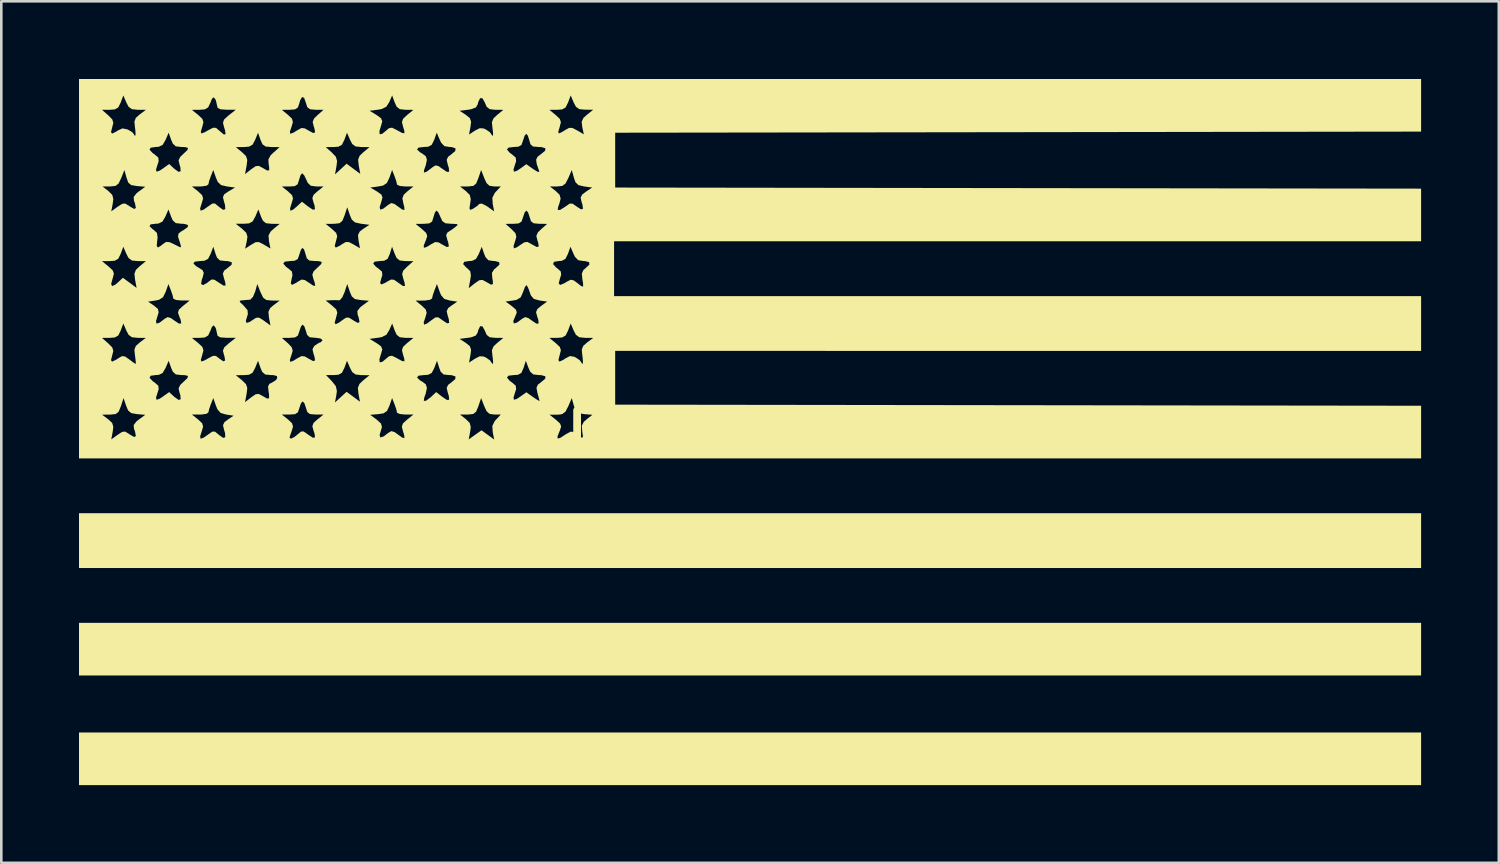
<source format=kicad_pcb>
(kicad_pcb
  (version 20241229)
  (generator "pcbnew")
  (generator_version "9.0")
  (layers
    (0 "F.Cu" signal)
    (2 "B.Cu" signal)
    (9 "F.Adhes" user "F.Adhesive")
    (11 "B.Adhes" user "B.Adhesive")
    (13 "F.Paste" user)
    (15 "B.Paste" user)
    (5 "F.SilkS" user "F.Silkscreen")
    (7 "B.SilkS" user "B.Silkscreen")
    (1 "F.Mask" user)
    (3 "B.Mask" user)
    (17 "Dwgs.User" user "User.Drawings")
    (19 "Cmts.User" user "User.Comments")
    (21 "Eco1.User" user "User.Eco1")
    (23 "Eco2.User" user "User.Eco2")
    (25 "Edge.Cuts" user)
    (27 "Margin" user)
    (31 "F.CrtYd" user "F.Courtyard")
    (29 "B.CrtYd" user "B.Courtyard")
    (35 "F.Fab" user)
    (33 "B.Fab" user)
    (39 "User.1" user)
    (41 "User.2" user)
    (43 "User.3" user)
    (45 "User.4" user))
  (footprint "EEUU_FLAG_LOGO"
    (layer "F.Cu")
    (at 25.908 13.631)
    (property "Reference" "EEUU_FLAG_LOGO" (at 0 0 0) (layer "F.SilkS") (effects (font (size 1.524 1.524) (thickness 0.3))))
    (attr board_only exclude_from_pos_files exclude_from_bom)
    (fp_poly (pts (xy 25.908 5.249) (xy -25.908 5.249) (xy -25.908 3.133) (xy 25.908 3.133)) (stroke (width 0) (type solid)) (fill yes) (layer "F.SilkS"))
    (fp_poly (pts (xy 25.908 9.398) (xy -25.908 9.398) (xy -25.908 7.366) (xy 25.908 7.366)) (stroke (width 0) (type solid)) (fill yes) (layer "F.SilkS"))
    (fp_poly (pts (xy 25.908 13.631) (xy -25.908 13.631) (xy -25.908 11.599) (xy 25.908 11.599)) (stroke (width 0) (type solid)) (fill yes) (layer "F.SilkS"))
    (fp_poly (pts (xy 25.908 -11.6) (xy 10.351 -11.578) (xy -5.207 -11.557) (xy -5.207 -9.44) (xy 25.908 -9.398) (xy 25.908 -7.366) (xy -5.249 -7.366) (xy -5.249 -5.249) (xy 25.908 -5.249) (xy 25.908 -3.132) (xy -5.207 -3.134) (xy -5.207 -1.058) (xy 10.351 -1.037) (xy 25.908 -1.016) (xy 25.908 0.000226) (xy 25.908 1.016) (xy -25.908 1.016) (xy -25.908 -0.672) (xy -25.019 -0.672) (xy -24.784 -0.497) (xy -24.628 -0.353) (xy -24.583 -0.2) (xy -24.606 -0.019) (xy -24.662 0.283) (xy -24.416 0.107) (xy -24.245 -0.005) (xy -24.131 -0.02) (xy -23.991 0.061) (xy -23.938 0.1) (xy -23.775 0.192) (xy -23.712 0.154) (xy -23.745 -0.019) (xy -23.785 -0.127) (xy -23.797 -0.271) (xy -23.69 -0.41) (xy -23.601 -0.481) (xy -23.35 -0.666) (xy -23.475 -0.676) (xy -21.548 -0.676) (xy -21.309 -0.486) (xy -21.154 -0.341) (xy -21.117 -0.213) (xy -21.161 -0.057) (xy -21.232 0.169) (xy -21.213 0.258) (xy -21.094 0.216) (xy -20.913 0.088) (xy -20.759 -0.018) (xy -20.655 -0.016) (xy -20.518 0.097) (xy -20.511 0.104) (xy -20.344 0.225) (xy -20.261 0.201) (xy -20.269 0.039) (xy -20.304 -0.075) (xy -20.349 -0.263) (xy -20.291 -0.384) (xy -20.165 -0.48) (xy -19.939 -0.632) (xy -20.228 -0.676) (xy -20.23 -0.676) (xy -18.076 -0.676) (xy -17.838 -0.486) (xy -17.683 -0.341) (xy -17.646 -0.213) (xy -17.69 -0.057) (xy -17.754 0.123) (xy -17.78 0.217) (xy -17.726 0.255) (xy -17.592 0.191) (xy -17.464 0.088) (xy -17.336 -0.019) (xy -17.238 -0.024) (xy -17.094 0.074) (xy -17.063 0.098) (xy -16.878 0.219) (xy -16.797 0.207) (xy -16.814 0.058) (xy -16.852 -0.051) (xy -16.899 -0.227) (xy -16.852 -0.353) (xy -16.706 -0.486) (xy -16.481 -0.666) (xy -14.665 -0.666) (xy -14.415 -0.481) (xy -14.248 -0.328) (xy -14.212 -0.192) (xy -14.231 -0.127) (xy -14.302 0.11) (xy -14.275 0.208) (xy -14.15 0.17) (xy -13.962 0.028) (xy -13.846 -0.037) (xy -13.721 0.003) (xy -13.61 0.083) (xy -13.422 0.218) (xy -13.342 0.23) (xy -13.354 0.112) (xy -13.395 -0.014) (xy -13.444 -0.203) (xy -13.403 -0.331) (xy -13.248 -0.475) (xy -13.242 -0.48) (xy -12.996 -0.676) (xy -13.314 -0.677) (xy -13.318 -0.677) (xy -11.199 -0.677) (xy -10.973 -0.5) (xy -10.823 -0.353) (xy -10.783 -0.193) (xy -10.805 -0.02) (xy -10.862 0.283) (xy -10.615 0.107) (xy -10.368 -0.069) (xy -9.878 0.289) (xy -9.935 0.002) (xy -9.95 -0.238) (xy -9.857 -0.424) (xy -9.807 -0.48) (xy -9.623 -0.676) (xy -7.747 -0.676) (xy -7.496 -0.476) (xy -7.336 -0.331) (xy -7.293 -0.214) (xy -7.343 -0.058) (xy -7.348 -0.049) (xy -7.434 0.168) (xy -7.425 0.254) (xy -7.312 0.217) (xy -7.11 0.083) (xy -6.924 -0.017) (xy -6.819 -0.005) (xy -6.817 -0.002) (xy -6.704 0.105) (xy -6.594 0.174) (xy -6.484 0.22) (xy -6.451 0.17) (xy -6.477 -0.01) (xy -6.479 -0.025) (xy -6.496 -0.245) (xy -6.417 -0.396) (xy -6.31 -0.491) (xy -6.087 -0.667) (xy -6.404 -0.693) (xy -6.621 -0.73) (xy -6.735 -0.829) (xy -6.802 -1.016) (xy -6.883 -1.312) (xy -7.019 -0.995) (xy -7.126 -0.788) (xy -7.25 -0.698) (xy -7.451 -0.677) (xy -7.747 -0.676) (xy -9.623 -0.676) (xy -9.622 -0.677) (xy -9.88 -0.677) (xy -10.06 -0.703) (xy -10.174 -0.809) (xy -10.26 -0.995) (xy -10.383 -1.312) (xy -10.49 -0.995) (xy -10.576 -0.787) (xy -10.687 -0.698) (xy -10.883 -0.677) (xy -10.898 -0.677) (xy -11.199 -0.677) (xy -13.318 -0.677) (xy -13.518 -0.696) (xy -13.626 -0.742) (xy -13.631 -0.756) (xy -13.66 -0.886) (xy -13.726 -1.074) (xy -13.82 -1.312) (xy -13.923 -1.016) (xy -14.016 -0.815) (xy -14.151 -0.723) (xy -14.346 -0.693) (xy -14.665 -0.666) (xy -16.481 -0.666) (xy -16.468 -0.676) (xy -16.778 -0.677) (xy -16.99 -0.694) (xy -17.094 -0.773) (xy -17.145 -0.931) (xy -17.204 -1.109) (xy -17.271 -1.185) (xy -17.272 -1.185) (xy -17.338 -1.112) (xy -17.398 -0.936) (xy -17.399 -0.931) (xy -17.457 -0.761) (xy -17.569 -0.69) (xy -17.766 -0.677) (xy -18.076 -0.676) (xy -20.23 -0.676) (xy -20.441 -0.739) (xy -20.565 -0.881) (xy -20.62 -1.016) (xy -20.724 -1.312) (xy -20.818 -1.074) (xy -20.886 -0.879) (xy -20.913 -0.756) (xy -20.987 -0.705) (xy -21.173 -0.678) (xy -21.23 -0.677) (xy -21.548 -0.676) (xy -23.475 -0.676) (xy -23.67 -0.693) (xy -23.891 -0.732) (xy -24.013 -0.836) (xy -24.088 -1.016) (xy -24.188 -1.312) (xy -24.292 -0.995) (xy -24.377 -0.787) (xy -24.488 -0.697) (xy -24.687 -0.675) (xy -24.708 -0.675) (xy -25.019 -0.672) (xy -25.908 -0.672) (xy -25.908 -2.095) (xy -23.184 -2.095) (xy -23.064 -1.966) (xy -22.989 -1.914) (xy -22.846 -1.791) (xy -22.832 -1.654) (xy -22.862 -1.56) (xy -22.934 -1.334) (xy -22.914 -1.245) (xy -22.796 -1.285) (xy -22.685 -1.359) (xy -22.426 -1.543) (xy -22.234 -1.364) (xy -22.065 -1.242) (xy -21.982 -1.265) (xy -21.995 -1.425) (xy -22.024 -1.511) (xy -22.064 -1.684) (xy -21.999 -1.82) (xy -21.892 -1.922) (xy -21.723 -2.081) (xy -21.699 -2.166) (xy -21.813 -2.195) (xy -19.854 -2.195) (xy -19.615 -2) (xy -19.46 -1.849) (xy -19.411 -1.699) (xy -19.437 -1.479) (xy -19.498 -1.154) (xy -19.261 -1.34) (xy -19.09 -1.458) (xy -18.969 -1.473) (xy -18.828 -1.398) (xy -18.644 -1.292) (xy -18.568 -1.308) (xy -18.572 -1.463) (xy -18.588 -1.558) (xy -18.609 -1.762) (xy -18.554 -1.864) (xy -18.473 -1.9) (xy -18.312 -1.999) (xy -18.256 -2.078) (xy -18.265 -2.163) (xy -18.398 -2.198) (xy -18.507 -2.201) (xy -16.372 -2.201) (xy -16.144 -1.963) (xy -15.992 -1.771) (xy -15.952 -1.588) (xy -15.971 -1.434) (xy -16.026 -1.143) (xy -15.577 -1.555) (xy -15.319 -1.364) (xy -15.061 -1.173) (xy -15.119 -1.485) (xy -15.141 -1.709) (xy -15.078 -1.86) (xy -14.934 -1.996) (xy -14.795 -2.109) (xy -12.857 -2.109) (xy -12.749 -2.001) (xy -12.653 -1.945) (xy -12.517 -1.842) (xy -12.476 -1.702) (xy -12.524 -1.48) (xy -12.582 -1.32) (xy -12.595 -1.204) (xy -12.51 -1.209) (xy -12.342 -1.334) (xy -12.308 -1.365) (xy -12.117 -1.544) (xy -11.888 -1.364) (xy -11.701 -1.239) (xy -11.617 -1.247) (xy -11.63 -1.394) (xy -11.668 -1.514) (xy -11.713 -1.703) (xy -11.658 -1.821) (xy -11.551 -1.901) (xy -11.38 -2.046) (xy -11.376 -2.101) (xy -9.385 -2.101) (xy -9.277 -1.977) (xy -9.189 -1.914) (xy -9.046 -1.791) (xy -9.031 -1.654) (xy -9.062 -1.56) (xy -9.133 -1.333) (xy -9.114 -1.245) (xy -8.996 -1.284) (xy -8.89 -1.355) (xy -8.636 -1.536) (xy -8.382 -1.355) (xy -8.218 -1.245) (xy -8.132 -1.199) (xy -8.128 -1.201) (xy -8.149 -1.293) (xy -8.2 -1.48) (xy -8.207 -1.505) (xy -8.246 -1.706) (xy -8.194 -1.829) (xy -8.08 -1.916) (xy -7.909 -2.058) (xy -7.901 -2.152) (xy -8.055 -2.197) (xy -8.162 -2.201) (xy -8.371 -2.226) (xy -8.49 -2.334) (xy -8.554 -2.477) (xy -8.657 -2.752) (xy -8.744 -2.477) (xy -8.828 -2.285) (xy -8.96 -2.211) (xy -9.114 -2.201) (xy -9.33 -2.176) (xy -9.385 -2.101) (xy -11.376 -2.101) (xy -11.372 -2.147) (xy -11.525 -2.197) (xy -11.629 -2.201) (xy -11.834 -2.225) (xy -11.944 -2.33) (xy -12 -2.477) (xy -12.086 -2.752) (xy -12.19 -2.477) (xy -12.288 -2.285) (xy -12.429 -2.211) (xy -12.581 -2.201) (xy -12.8 -2.177) (xy -12.857 -2.109) (xy -14.795 -2.109) (xy -14.69 -2.195) (xy -15.007 -2.198) (xy -15.231 -2.222) (xy -15.359 -2.317) (xy -15.443 -2.477) (xy -15.561 -2.752) (xy -15.663 -2.477) (xy -15.756 -2.289) (xy -15.891 -2.213) (xy -16.068 -2.201) (xy -16.372 -2.201) (xy -18.507 -2.201) (xy -18.719 -2.223) (xy -18.835 -2.323) (xy -18.9 -2.476) (xy -18.996 -2.75) (xy -19.108 -2.476) (xy -19.207 -2.29) (xy -19.345 -2.213) (xy -19.537 -2.198) (xy -19.854 -2.195) (xy -21.813 -2.195) (xy -21.823 -2.198) (xy -21.963 -2.201) (xy -22.171 -2.226) (xy -22.287 -2.332) (xy -22.349 -2.477) (xy -22.447 -2.752) (xy -22.565 -2.477) (xy -22.678 -2.282) (xy -22.83 -2.208) (xy -22.941 -2.201) (xy -23.142 -2.174) (xy -23.184 -2.095) (xy -25.908 -2.095) (xy -25.908 -3.635) (xy -25.019 -3.635) (xy -24.779 -3.424) (xy -24.624 -3.267) (xy -24.583 -3.132) (xy -24.626 -2.961) (xy -24.673 -2.774) (xy -24.628 -2.72) (xy -24.478 -2.791) (xy -24.395 -2.847) (xy -24.248 -2.931) (xy -24.131 -2.918) (xy -23.974 -2.809) (xy -23.814 -2.689) (xy -23.724 -2.63) (xy -23.72 -2.629) (xy -23.715 -2.7) (xy -23.736 -2.882) (xy -23.747 -2.952) (xy -23.769 -3.18) (xy -23.714 -3.325) (xy -23.564 -3.458) (xy -23.327 -3.635) (xy -21.548 -3.635) (xy -21.303 -3.435) (xy -21.146 -3.287) (xy -21.104 -3.158) (xy -21.151 -2.972) (xy -21.206 -2.786) (xy -21.18 -2.723) (xy -21.05 -2.771) (xy -20.908 -2.853) (xy -20.733 -2.943) (xy -20.62 -2.938) (xy -20.492 -2.839) (xy -20.334 -2.73) (xy -20.266 -2.763) (xy -20.294 -2.933) (xy -20.314 -2.99) (xy -20.351 -3.146) (xy -20.299 -3.27) (xy -20.13 -3.422) (xy -20.126 -3.425) (xy -19.859 -3.635) (xy -18.076 -3.635) (xy -17.844 -3.431) (xy -17.693 -3.273) (xy -17.659 -3.137) (xy -17.696 -3.005) (xy -17.767 -2.788) (xy -17.75 -2.709) (xy -17.628 -2.754) (xy -17.481 -2.846) (xy -17.319 -2.933) (xy -17.188 -2.919) (xy -17.053 -2.839) (xy -16.867 -2.74) (xy -16.793 -2.766) (xy -16.82 -2.926) (xy -16.848 -3.004) (xy -16.894 -3.192) (xy -16.835 -3.312) (xy -16.787 -3.352) (xy -16.641 -3.445) (xy -16.573 -3.469) (xy -16.512 -3.537) (xy -16.51 -3.556) (xy -16.566 -3.598) (xy -14.69 -3.598) (xy -14.422 -3.436) (xy -14.248 -3.312) (xy -14.199 -3.198) (xy -14.231 -3.071) (xy -14.31 -2.813) (xy -14.299 -2.691) (xy -14.2 -2.71) (xy -14.095 -2.796) (xy -13.941 -2.926) (xy -13.824 -2.946) (xy -13.662 -2.868) (xy -13.637 -2.853) (xy -13.431 -2.741) (xy -13.343 -2.733) (xy -13.351 -2.841) (xy -13.393 -2.972) (xy -13.44 -3.159) (xy -13.397 -3.288) (xy -13.241 -3.435) (xy -13.041 -3.598) (xy -11.213 -3.598) (xy -10.975 -3.443) (xy -10.817 -3.316) (xy -10.77 -3.175) (xy -10.793 -2.984) (xy -10.85 -2.681) (xy -10.622 -2.831) (xy -10.436 -2.927) (xy -10.283 -2.916) (xy -10.192 -2.873) (xy -10.043 -2.77) (xy -9.991 -2.695) (xy -9.944 -2.625) (xy -9.939 -2.625) (xy -9.919 -2.698) (xy -9.936 -2.879) (xy -9.945 -2.934) (xy -9.967 -3.159) (xy -9.902 -3.31) (xy -9.764 -3.439) (xy -9.525 -3.635) (xy -7.747 -3.635) (xy -7.503 -3.435) (xy -7.345 -3.287) (xy -7.303 -3.158) (xy -7.35 -2.972) (xy -7.4 -2.779) (xy -7.358 -2.72) (xy -7.211 -2.787) (xy -7.123 -2.847) (xy -6.95 -2.935) (xy -6.789 -2.907) (xy -6.723 -2.875) (xy -6.573 -2.771) (xy -6.519 -2.695) (xy -6.475 -2.625) (xy -6.47 -2.625) (xy -6.451 -2.698) (xy -6.464 -2.882) (xy -6.475 -2.952) (xy -6.497 -3.18) (xy -6.442 -3.325) (xy -6.292 -3.458) (xy -6.054 -3.635) (xy -6.371 -3.638) (xy -6.595 -3.661) (xy -6.723 -3.756) (xy -6.807 -3.916) (xy -6.925 -4.191) (xy -7.027 -3.916) (xy -7.12 -3.729) (xy -7.254 -3.652) (xy -7.438 -3.638) (xy -7.747 -3.635) (xy -9.525 -3.635) (xy -9.834 -3.638) (xy -10.051 -3.66) (xy -10.169 -3.753) (xy -10.237 -3.91) (xy -10.33 -4.081) (xy -10.422 -4.086) (xy -10.496 -3.929) (xy -10.512 -3.852) (xy -10.585 -3.728) (xy -10.771 -3.657) (xy -10.878 -3.641) (xy -11.213 -3.598) (xy -13.041 -3.598) (xy -12.996 -3.635) (xy -13.306 -3.638) (xy -13.523 -3.661) (xy -13.643 -3.756) (xy -13.717 -3.916) (xy -13.818 -4.191) (xy -13.928 -3.937) (xy -14.042 -3.755) (xy -14.221 -3.666) (xy -14.363 -3.641) (xy -14.69 -3.598) (xy -16.566 -3.598) (xy -16.584 -3.612) (xy -16.766 -3.64) (xy -16.8 -3.641) (xy -17.003 -3.661) (xy -17.102 -3.753) (xy -17.145 -3.895) (xy -17.204 -4.072) (xy -17.271 -4.149) (xy -17.272 -4.149) (xy -17.338 -4.076) (xy -17.398 -3.9) (xy -17.399 -3.895) (xy -17.458 -3.724) (xy -17.571 -3.653) (xy -17.766 -3.638) (xy -18.076 -3.635) (xy -19.859 -3.635) (xy -19.854 -3.639) (xy -20.214 -3.64) (xy -20.449 -3.655) (xy -20.555 -3.711) (xy -20.575 -3.789) (xy -20.621 -3.993) (xy -20.657 -4.064) (xy -20.722 -4.12) (xy -20.784 -4.042) (xy -20.833 -3.916) (xy -20.921 -3.729) (xy -21.052 -3.652) (xy -21.238 -3.638) (xy -21.548 -3.635) (xy -23.327 -3.635) (xy -23.326 -3.635) (xy -23.643 -3.638) (xy -23.867 -3.661) (xy -23.995 -3.756) (xy -24.079 -3.916) (xy -24.197 -4.191) (xy -24.299 -3.916) (xy -24.391 -3.729) (xy -24.525 -3.652) (xy -24.71 -3.638) (xy -25.019 -3.635) (xy -25.908 -3.635) (xy -25.908 -5.035) (xy -23.241 -5.035) (xy -23.013 -4.881) (xy -22.86 -4.753) (xy -22.833 -4.624) (xy -22.865 -4.517) (xy -22.936 -4.282) (xy -22.914 -4.185) (xy -22.794 -4.224) (xy -22.598 -4.375) (xy -22.485 -4.438) (xy -22.36 -4.401) (xy -22.234 -4.31) (xy -22.045 -4.186) (xy -21.961 -4.194) (xy -21.983 -4.335) (xy -22.028 -4.444) (xy -22.086 -4.608) (xy -22.051 -4.724) (xy -21.902 -4.863) (xy -21.883 -4.878) (xy -21.645 -5.069) (xy -19.702 -5.069) (xy -19.69 -5.013) (xy -19.555 -4.886) (xy -19.551 -4.882) (xy -19.401 -4.707) (xy -19.389 -4.549) (xy -19.397 -4.525) (xy -19.466 -4.3) (xy -19.44 -4.211) (xy -19.314 -4.254) (xy -19.239 -4.304) (xy -19.075 -4.41) (xy -18.961 -4.42) (xy -18.815 -4.333) (xy -18.761 -4.294) (xy -18.517 -4.116) (xy -18.574 -4.42) (xy -18.595 -4.641) (xy -18.53 -4.784) (xy -18.396 -4.899) (xy -18.161 -5.075) (xy -18.467 -5.077) (xy -18.486 -5.079) (xy -16.383 -5.079) (xy -16.137 -4.882) (xy -15.978 -4.737) (xy -15.935 -4.61) (xy -15.982 -4.423) (xy -15.984 -4.417) (xy -16.036 -4.223) (xy -16 -4.162) (xy -15.863 -4.23) (xy -15.751 -4.313) (xy -15.602 -4.415) (xy -15.491 -4.42) (xy -15.336 -4.326) (xy -15.307 -4.305) (xy -15.141 -4.213) (xy -15.077 -4.249) (xy -15.109 -4.42) (xy -15.149 -4.53) (xy -15.161 -4.674) (xy -15.054 -4.813) (xy -14.965 -4.884) (xy -14.714 -5.069) (xy -14.776 -5.074) (xy -12.912 -5.074) (xy -12.675 -4.88) (xy -12.521 -4.733) (xy -12.485 -4.602) (xy -12.527 -4.455) (xy -12.6 -4.231) (xy -12.585 -4.146) (xy -12.47 -4.192) (xy -12.302 -4.317) (xy -12.148 -4.426) (xy -12.04 -4.431) (xy -11.894 -4.332) (xy -11.873 -4.315) (xy -11.694 -4.198) (xy -11.616 -4.214) (xy -11.633 -4.369) (xy -11.668 -4.477) (xy -11.713 -4.665) (xy -11.655 -4.787) (xy -11.529 -4.882) (xy -11.303 -5.035) (xy -11.322 -5.038) (xy -9.438 -5.038) (xy -9.196 -4.862) (xy -9.039 -4.727) (xy -9.006 -4.614) (xy -9.049 -4.507) (xy -9.141 -4.288) (xy -9.121 -4.193) (xy -8.998 -4.227) (xy -8.797 -4.375) (xy -8.684 -4.438) (xy -8.559 -4.401) (xy -8.433 -4.31) (xy -8.245 -4.185) (xy -8.161 -4.194) (xy -8.177 -4.339) (xy -8.215 -4.452) (xy -8.262 -4.628) (xy -8.211 -4.75) (xy -8.071 -4.866) (xy -7.834 -5.038) (xy -8.129 -5.08) (xy -8.346 -5.14) (xy -8.461 -5.274) (xy -8.505 -5.397) (xy -8.573 -5.583) (xy -8.631 -5.671) (xy -8.636 -5.673) (xy -8.691 -5.601) (xy -8.758 -5.424) (xy -8.767 -5.397) (xy -8.856 -5.199) (xy -9.01 -5.106) (xy -9.143 -5.08) (xy -9.438 -5.038) (xy -11.322 -5.038) (xy -11.592 -5.079) (xy -11.805 -5.141) (xy -11.929 -5.283) (xy -11.984 -5.419) (xy -12.088 -5.715) (xy -12.182 -5.477) (xy -12.25 -5.281) (xy -12.277 -5.159) (xy -12.352 -5.108) (xy -12.537 -5.079) (xy -12.594 -5.077) (xy -12.912 -5.074) (xy -14.776 -5.074) (xy -15.034 -5.096) (xy -15.255 -5.135) (xy -15.377 -5.239) (xy -15.452 -5.419) (xy -15.552 -5.715) (xy -15.657 -5.395) (xy -15.746 -5.197) (xy -15.838 -5.093) (xy -15.861 -5.088) (xy -16.018 -5.093) (xy -16.171 -5.09) (xy -16.383 -5.079) (xy -18.486 -5.079) (xy -18.674 -5.098) (xy -18.796 -5.186) (xy -18.895 -5.389) (xy -18.899 -5.397) (xy -19.025 -5.715) (xy -19.107 -5.419) (xy -19.191 -5.22) (xy -19.292 -5.115) (xy -19.31 -5.111) (xy -19.497 -5.095) (xy -19.6 -5.087) (xy -19.702 -5.069) (xy -21.645 -5.069) (xy -21.632 -5.079) (xy -21.95 -5.08) (xy -22.154 -5.098) (xy -22.262 -5.145) (xy -22.267 -5.159) (xy -22.296 -5.289) (xy -22.362 -5.477) (xy -22.456 -5.715) (xy -22.56 -5.419) (xy -22.663 -5.207) (xy -22.818 -5.107) (xy -22.952 -5.079) (xy -23.241 -5.035) (xy -25.908 -5.035) (xy -25.908 -6.598) (xy -25.019 -6.598) (xy -24.767 -6.392) (xy -24.606 -6.243) (xy -24.56 -6.119) (xy -24.604 -5.947) (xy -24.609 -5.934) (xy -24.667 -5.716) (xy -24.629 -5.635) (xy -24.5 -5.695) (xy -24.411 -5.772) (xy -24.213 -5.957) (xy -23.684 -5.566) (xy -23.744 -5.886) (xy -23.768 -6.113) (xy -23.711 -6.263) (xy -23.565 -6.402) (xy -23.431 -6.511) (xy -21.493 -6.511) (xy -21.386 -6.404) (xy -21.294 -6.35) (xy -21.138 -6.251) (xy -21.091 -6.143) (xy -21.137 -5.963) (xy -21.165 -5.89) (xy -21.195 -5.719) (xy -21.123 -5.672) (xy -20.967 -5.755) (xy -20.902 -5.809) (xy -20.786 -5.892) (xy -20.677 -5.88) (xy -20.514 -5.774) (xy -20.326 -5.653) (xy -20.248 -5.658) (xy -20.266 -5.798) (xy -20.306 -5.923) (xy -20.354 -6.114) (xy -20.303 -6.232) (xy -20.189 -6.318) (xy -20.017 -6.46) (xy -20.013 -6.505) (xy -18.021 -6.505) (xy -17.917 -6.382) (xy -17.828 -6.319) (xy -17.688 -6.198) (xy -17.666 -6.051) (xy -17.695 -5.928) (xy -17.732 -5.738) (xy -17.683 -5.683) (xy -17.532 -5.756) (xy -17.459 -5.806) (xy -17.315 -5.887) (xy -17.193 -5.871) (xy -17.038 -5.77) (xy -16.856 -5.65) (xy -16.786 -5.65) (xy -16.812 -5.783) (xy -16.852 -5.893) (xy -16.9 -6.076) (xy -16.847 -6.208) (xy -16.727 -6.324) (xy -16.559 -6.484) (xy -16.553 -6.504) (xy -14.55 -6.504) (xy -14.442 -6.38) (xy -14.353 -6.317) (xy -14.211 -6.195) (xy -14.196 -6.059) (xy -14.229 -5.957) (xy -14.283 -5.76) (xy -14.238 -5.697) (xy -14.083 -5.762) (xy -14.022 -5.801) (xy -13.864 -5.889) (xy -13.745 -5.88) (xy -13.582 -5.767) (xy -13.579 -5.764) (xy -13.398 -5.638) (xy -13.323 -5.64) (xy -13.342 -5.78) (xy -13.384 -5.911) (xy -13.432 -6.099) (xy -13.391 -6.232) (xy -13.237 -6.387) (xy -13.237 -6.387) (xy -13.124 -6.486) (xy -11.078 -6.486) (xy -10.957 -6.352) (xy -10.916 -6.322) (xy -10.804 -6.21) (xy -10.777 -6.055) (xy -10.802 -5.878) (xy -10.862 -5.556) (xy -10.625 -5.743) (xy -10.454 -5.861) (xy -10.333 -5.875) (xy -10.192 -5.801) (xy -10.006 -5.694) (xy -9.928 -5.707) (xy -9.933 -5.853) (xy -9.95 -5.934) (xy -9.966 -6.145) (xy -9.88 -6.282) (xy -9.83 -6.32) (xy -9.677 -6.463) (xy -9.679 -6.486) (xy -7.605 -6.486) (xy -7.482 -6.349) (xy -7.432 -6.313) (xy -7.308 -6.2) (xy -7.294 -6.07) (xy -7.34 -5.927) (xy -7.387 -5.739) (xy -7.333 -5.679) (xy -7.169 -5.745) (xy -7.079 -5.802) (xy -6.926 -5.881) (xy -6.803 -5.855) (xy -6.679 -5.762) (xy -6.511 -5.63) (xy -6.443 -5.621) (xy -6.448 -5.752) (xy -6.473 -5.894) (xy -6.494 -6.118) (xy -6.435 -6.254) (xy -6.356 -6.322) (xy -6.204 -6.464) (xy -6.215 -6.561) (xy -6.386 -6.603) (xy -6.439 -6.604) (xy -6.635 -6.636) (xy -6.759 -6.765) (xy -6.815 -6.879) (xy -6.933 -7.154) (xy -7.031 -6.879) (xy -7.129 -6.685) (xy -7.27 -6.611) (xy -7.374 -6.604) (xy -7.569 -6.573) (xy -7.605 -6.486) (xy -9.679 -6.486) (xy -9.686 -6.56) (xy -9.854 -6.603) (xy -9.91 -6.604) (xy -10.102 -6.633) (xy -10.214 -6.754) (xy -10.264 -6.878) (xy -10.36 -7.152) (xy -10.472 -6.878) (xy -10.581 -6.684) (xy -10.732 -6.611) (xy -10.838 -6.604) (xy -11.037 -6.573) (xy -11.078 -6.486) (xy -13.124 -6.486) (xy -12.996 -6.599) (xy -13.306 -6.601) (xy -13.524 -6.624) (xy -13.645 -6.72) (xy -13.718 -6.879) (xy -13.822 -7.154) (xy -13.908 -6.879) (xy -13.993 -6.688) (xy -14.125 -6.614) (xy -14.279 -6.604) (xy -14.495 -6.579) (xy -14.55 -6.504) (xy -16.553 -6.504) (xy -16.535 -6.569) (xy -16.662 -6.6) (xy -16.808 -6.604) (xy -17.015 -6.622) (xy -17.114 -6.707) (xy -17.158 -6.858) (xy -17.213 -7.036) (xy -17.275 -7.112) (xy -17.276 -7.112) (xy -17.339 -7.039) (xy -17.398 -6.863) (xy -17.399 -6.858) (xy -17.461 -6.683) (xy -17.581 -6.614) (xy -17.744 -6.604) (xy -17.964 -6.579) (xy -18.021 -6.505) (xy -20.013 -6.505) (xy -20.008 -6.555) (xy -20.161 -6.6) (xy -20.265 -6.604) (xy -20.47 -6.628) (xy -20.58 -6.733) (xy -20.636 -6.879) (xy -20.722 -7.154) (xy -20.826 -6.879) (xy -20.924 -6.688) (xy -21.065 -6.614) (xy -21.217 -6.604) (xy -21.436 -6.58) (xy -21.493 -6.511) (xy -23.431 -6.511) (xy -23.326 -6.598) (xy -23.643 -6.601) (xy -23.867 -6.624) (xy -23.995 -6.719) (xy -24.079 -6.879) (xy -24.197 -7.154) (xy -24.299 -6.879) (xy -24.392 -6.692) (xy -24.526 -6.615) (xy -24.71 -6.601) (xy -25.019 -6.598) (xy -25.908 -6.598) (xy -25.908 -7.946) (xy -23.184 -7.946) (xy -23.059 -7.828) (xy -23.019 -7.803) (xy -22.898 -7.686) (xy -22.873 -7.513) (xy -22.887 -7.401) (xy -22.907 -7.187) (xy -22.862 -7.124) (xy -22.736 -7.2) (xy -22.676 -7.252) (xy -22.543 -7.342) (xy -22.404 -7.329) (xy -22.288 -7.276) (xy -22.103 -7.184) (xy -21.991 -7.129) (xy -21.971 -7.172) (xy -22.012 -7.321) (xy -22.013 -7.322) (xy -22.083 -7.537) (xy -22.068 -7.66) (xy -21.951 -7.754) (xy -21.886 -7.789) (xy -21.711 -7.911) (xy -21.701 -7.996) (xy -21.853 -8.039) (xy -21.941 -8.042) (xy -19.854 -8.042) (xy -19.611 -7.848) (xy -19.451 -7.694) (xy -19.405 -7.543) (xy -19.431 -7.366) (xy -19.494 -7.079) (xy -19.259 -7.233) (xy -19.089 -7.331) (xy -18.961 -7.335) (xy -18.786 -7.247) (xy -18.77 -7.237) (xy -18.516 -7.087) (xy -18.573 -7.37) (xy -18.591 -7.585) (xy -18.514 -7.737) (xy -18.395 -7.846) (xy -18.161 -8.037) (xy -16.383 -8.037) (xy -16.139 -7.838) (xy -15.981 -7.69) (xy -15.939 -7.56) (xy -15.986 -7.375) (xy -16.036 -7.182) (xy -15.994 -7.122) (xy -15.848 -7.189) (xy -15.756 -7.251) (xy -15.607 -7.338) (xy -15.48 -7.333) (xy -15.309 -7.243) (xy -15.06 -7.096) (xy -15.116 -7.393) (xy -15.136 -7.608) (xy -15.069 -7.742) (xy -14.933 -7.846) (xy -14.695 -8.001) (xy -14.976 -8.037) (xy -12.912 -8.037) (xy -12.663 -7.834) (xy -12.504 -7.687) (xy -12.463 -7.568) (xy -12.514 -7.411) (xy -12.515 -7.41) (xy -12.601 -7.194) (xy -12.59 -7.112) (xy -12.468 -7.155) (xy -12.316 -7.249) (xy -12.154 -7.336) (xy -12.024 -7.322) (xy -11.888 -7.242) (xy -11.703 -7.142) (xy -11.628 -7.168) (xy -11.655 -7.328) (xy -11.685 -7.412) (xy -11.734 -7.602) (xy -11.686 -7.702) (xy -11.667 -7.715) (xy -11.515 -7.815) (xy -11.388 -7.908) (xy -11.291 -7.992) (xy -11.311 -8.029) (xy -11.443 -8.038) (xy -9.44 -8.038) (xy -9.208 -7.833) (xy -9.057 -7.676) (xy -9.023 -7.54) (xy -9.06 -7.407) (xy -9.132 -7.18) (xy -9.115 -7.092) (xy -9.002 -7.133) (xy -8.894 -7.207) (xy -8.72 -7.323) (xy -8.6 -7.341) (xy -8.454 -7.266) (xy -8.421 -7.245) (xy -8.233 -7.143) (xy -8.157 -7.167) (xy -8.182 -7.323) (xy -8.21 -7.401) (xy -8.251 -7.571) (xy -8.195 -7.705) (xy -8.064 -7.833) (xy -7.832 -8.038) (xy -8.142 -8.041) (xy -8.354 -8.06) (xy -8.459 -8.14) (xy -8.509 -8.297) (xy -8.568 -8.475) (xy -8.635 -8.551) (xy -8.636 -8.551) (xy -8.702 -8.478) (xy -8.762 -8.302) (xy -8.763 -8.297) (xy -8.822 -8.127) (xy -8.935 -8.055) (xy -9.13 -8.041) (xy -9.44 -8.038) (xy -11.443 -8.038) (xy -11.473 -8.04) (xy -11.54 -8.041) (xy -11.762 -8.061) (xy -11.881 -8.145) (xy -11.951 -8.297) (xy -12.03 -8.473) (xy -12.102 -8.551) (xy -12.105 -8.551) (xy -12.166 -8.478) (xy -12.221 -8.302) (xy -12.222 -8.297) (xy -12.275 -8.129) (xy -12.382 -8.057) (xy -12.592 -8.04) (xy -12.912 -8.037) (xy -14.976 -8.037) (xy -15.024 -8.043) (xy -15.251 -8.094) (xy -15.376 -8.202) (xy -15.452 -8.382) (xy -15.552 -8.678) (xy -15.656 -8.361) (xy -15.741 -8.153) (xy -15.852 -8.063) (xy -16.051 -8.041) (xy -16.072 -8.04) (xy -16.383 -8.037) (xy -18.161 -8.037) (xy -18.47 -8.04) (xy -18.688 -8.063) (xy -18.808 -8.159) (xy -18.881 -8.319) (xy -18.983 -8.594) (xy -19.101 -8.319) (xy -19.205 -8.133) (xy -19.345 -8.056) (xy -19.537 -8.043) (xy -19.854 -8.042) (xy -21.941 -8.042) (xy -21.963 -8.043) (xy -22.172 -8.068) (xy -22.29 -8.176) (xy -22.353 -8.319) (xy -22.454 -8.594) (xy -22.573 -8.319) (xy -22.687 -8.124) (xy -22.841 -8.05) (xy -22.945 -8.043) (xy -23.145 -8.019) (xy -23.184 -7.946) (xy -25.908 -7.946) (xy -25.908 -9.483) (xy -25 -9.483) (xy -24.774 -9.305) (xy -24.624 -9.158) (xy -24.583 -8.999) (xy -24.605 -8.825) (xy -24.662 -8.523) (xy -24.416 -8.698) (xy -24.245 -8.81) (xy -24.131 -8.825) (xy -23.991 -8.744) (xy -23.938 -8.706) (xy -23.775 -8.613) (xy -23.712 -8.651) (xy -23.745 -8.824) (xy -23.785 -8.932) (xy -23.797 -9.076) (xy -23.69 -9.216) (xy -23.601 -9.287) (xy -23.35 -9.471) (xy -23.475 -9.482) (xy -21.548 -9.482) (xy -21.309 -9.291) (xy -21.154 -9.146) (xy -21.117 -9.018) (xy -21.161 -8.863) (xy -21.232 -8.636) (xy -21.213 -8.547) (xy -21.094 -8.589) (xy -20.913 -8.718) (xy -20.759 -8.823) (xy -20.655 -8.822) (xy -20.518 -8.708) (xy -20.511 -8.701) (xy -20.344 -8.58) (xy -20.261 -8.604) (xy -20.27 -8.766) (xy -20.305 -8.884) (xy -20.351 -9.065) (xy -20.303 -9.178) (xy -20.139 -9.29) (xy -19.883 -9.44) (xy -20.194 -9.482) (xy -18.076 -9.482) (xy -17.838 -9.291) (xy -17.683 -9.146) (xy -17.646 -9.018) (xy -17.69 -8.863) (xy -17.761 -8.631) (xy -17.743 -8.543) (xy -17.63 -8.595) (xy -17.482 -8.723) (xy -17.3 -8.894) (xy -17.07 -8.713) (xy -16.882 -8.588) (xy -16.798 -8.597) (xy -16.812 -8.741) (xy -16.852 -8.856) (xy -16.899 -9.033) (xy -16.852 -9.158) (xy -16.706 -9.291) (xy -16.52 -9.44) (xy -14.661 -9.44) (xy -14.403 -9.289) (xy -14.235 -9.171) (xy -14.191 -9.057) (xy -14.227 -8.924) (xy -14.299 -8.686) (xy -14.279 -8.588) (xy -14.16 -8.625) (xy -13.962 -8.777) (xy -13.846 -8.842) (xy -13.721 -8.802) (xy -13.61 -8.722) (xy -13.424 -8.587) (xy -13.343 -8.576) (xy -13.35 -8.697) (xy -13.385 -8.826) (xy -13.423 -9.027) (xy -13.369 -9.164) (xy -13.231 -9.292) (xy -12.996 -9.482) (xy -13.314 -9.482) (xy -13.318 -9.483) (xy -11.199 -9.483) (xy -10.973 -9.305) (xy -10.822 -9.156) (xy -10.783 -8.993) (xy -10.804 -8.831) (xy -10.833 -8.639) (xy -10.806 -8.578) (xy -10.703 -8.617) (xy -10.684 -8.628) (xy -10.523 -8.737) (xy -10.455 -8.807) (xy -10.356 -8.822) (xy -10.171 -8.728) (xy -10.14 -8.707) (xy -9.879 -8.52) (xy -9.935 -8.805) (xy -9.949 -9.045) (xy -9.855 -9.232) (xy -9.807 -9.286) (xy -9.622 -9.483) (xy -7.728 -9.483) (xy -7.498 -9.302) (xy -7.353 -9.161) (xy -7.313 -9.012) (xy -7.37 -8.796) (xy -7.408 -8.7) (xy -7.427 -8.576) (xy -7.336 -8.575) (xy -7.142 -8.695) (xy -7.116 -8.715) (xy -6.962 -8.82) (xy -6.852 -8.818) (xy -6.701 -8.712) (xy -6.525 -8.598) (xy -6.45 -8.619) (xy -6.47 -8.778) (xy -6.5 -8.87) (xy -6.541 -9.047) (xy -6.485 -9.166) (xy -6.34 -9.277) (xy -6.095 -9.44) (xy -6.408 -9.483) (xy -6.626 -9.534) (xy -6.741 -9.647) (xy -6.802 -9.821) (xy -6.883 -10.118) (xy -7.019 -9.801) (xy -7.127 -9.593) (xy -7.252 -9.502) (xy -7.441 -9.483) (xy -7.728 -9.483) (xy -9.622 -9.483) (xy -9.88 -9.483) (xy -10.06 -9.508) (xy -10.174 -9.614) (xy -10.26 -9.8) (xy -10.383 -10.118) (xy -10.49 -9.8) (xy -10.576 -9.593) (xy -10.687 -9.503) (xy -10.883 -9.483) (xy -10.898 -9.483) (xy -11.199 -9.483) (xy -13.318 -9.483) (xy -13.518 -9.501) (xy -13.626 -9.548) (xy -13.631 -9.562) (xy -13.66 -9.692) (xy -13.726 -9.879) (xy -13.82 -10.118) (xy -13.923 -9.821) (xy -14.021 -9.616) (xy -14.166 -9.518) (xy -14.344 -9.483) (xy -14.661 -9.44) (xy -16.52 -9.44) (xy -16.468 -9.482) (xy -16.75 -9.482) (xy -16.961 -9.51) (xy -17.08 -9.627) (xy -17.129 -9.737) (xy -17.214 -9.912) (xy -17.289 -9.99) (xy -17.293 -9.991) (xy -17.355 -9.918) (xy -17.411 -9.741) (xy -17.412 -9.737) (xy -17.467 -9.566) (xy -17.577 -9.495) (xy -17.769 -9.482) (xy -18.076 -9.482) (xy -20.194 -9.482) (xy -20.2 -9.483) (xy -20.425 -9.537) (xy -20.551 -9.658) (xy -20.621 -9.821) (xy -20.724 -10.118) (xy -20.818 -9.879) (xy -20.886 -9.684) (xy -20.913 -9.562) (xy -20.987 -9.511) (xy -21.173 -9.484) (xy -21.23 -9.482) (xy -21.548 -9.482) (xy -23.475 -9.482) (xy -23.672 -9.498) (xy -23.891 -9.535) (xy -24.005 -9.631) (xy -24.074 -9.821) (xy -24.155 -10.118) (xy -24.281 -9.8) (xy -24.381 -9.593) (xy -24.5 -9.503) (xy -24.7 -9.483) (xy -24.703 -9.483) (xy -25 -9.483) (xy -25.908 -9.483) (xy -25.908 -10.9) (xy -23.184 -10.9) (xy -23.064 -10.772) (xy -22.989 -10.72) (xy -22.846 -10.597) (xy -22.832 -10.459) (xy -22.862 -10.366) (xy -22.934 -10.139) (xy -22.914 -10.051) (xy -22.796 -10.091) (xy -22.685 -10.164) (xy -22.426 -10.349) (xy -22.234 -10.169) (xy -22.065 -10.047) (xy -21.982 -10.07) (xy -21.995 -10.23) (xy -22.024 -10.316) (xy -22.064 -10.49) (xy -21.999 -10.625) (xy -21.892 -10.727) (xy -21.723 -10.887) (xy -21.699 -10.971) (xy -21.813 -11.001) (xy -19.854 -11.001) (xy -19.615 -10.805) (xy -19.46 -10.655) (xy -19.411 -10.504) (xy -19.437 -10.284) (xy -19.498 -9.959) (xy -19.261 -10.145) (xy -19.09 -10.264) (xy -18.969 -10.278) (xy -18.828 -10.204) (xy -18.642 -10.097) (xy -18.563 -10.109) (xy -18.569 -10.252) (xy -18.584 -10.328) (xy -18.597 -10.524) (xy -18.512 -10.683) (xy -18.4 -10.791) (xy -18.161 -11.001) (xy -16.383 -11.001) (xy -16.146 -10.793) (xy -15.991 -10.629) (xy -15.944 -10.465) (xy -15.967 -10.266) (xy -16.024 -9.948) (xy -15.577 -10.36) (xy -15.312 -10.164) (xy -15.048 -9.969) (xy -15.108 -10.289) (xy -15.132 -10.516) (xy -15.075 -10.665) (xy -14.929 -10.805) (xy -14.795 -10.914) (xy -12.857 -10.914) (xy -12.749 -10.807) (xy -12.653 -10.75) (xy -12.519 -10.65) (xy -12.476 -10.513) (xy -12.521 -10.297) (xy -12.587 -10.112) (xy -12.592 -10.018) (xy -12.489 -10.049) (xy -12.282 -10.205) (xy -12.26 -10.225) (xy -12.144 -10.296) (xy -12.027 -10.268) (xy -11.887 -10.168) (xy -11.7 -10.044) (xy -11.617 -10.053) (xy -11.63 -10.2) (xy -11.668 -10.319) (xy -11.713 -10.509) (xy -11.658 -10.627) (xy -11.551 -10.707) (xy -11.38 -10.852) (xy -11.375 -10.908) (xy -9.385 -10.908) (xy -9.28 -10.785) (xy -9.189 -10.72) (xy -9.046 -10.597) (xy -9.031 -10.459) (xy -9.062 -10.366) (xy -9.133 -10.139) (xy -9.114 -10.05) (xy -8.996 -10.09) (xy -8.89 -10.16) (xy -8.636 -10.341) (xy -8.366 -10.149) (xy -8.194 -10.044) (xy -8.137 -10.053) (xy -8.143 -10.08) (xy -8.237 -10.352) (xy -8.259 -10.518) (xy -8.204 -10.628) (xy -8.09 -10.715) (xy -7.914 -10.859) (xy -7.899 -10.955) (xy -8.047 -11.001) (xy -8.172 -11.007) (xy -8.379 -11.025) (xy -8.478 -11.11) (xy -8.522 -11.261) (xy -8.577 -11.439) (xy -8.639 -11.515) (xy -8.64 -11.515) (xy -8.703 -11.442) (xy -8.762 -11.266) (xy -8.763 -11.261) (xy -8.825 -11.086) (xy -8.945 -11.017) (xy -9.108 -11.007) (xy -9.328 -10.982) (xy -9.385 -10.908) (xy -11.375 -10.908) (xy -11.37 -10.954) (xy -11.519 -11.003) (xy -11.603 -11.007) (xy -11.799 -11.039) (xy -11.924 -11.168) (xy -11.979 -11.282) (xy -12.097 -11.557) (xy -12.195 -11.282) (xy -12.289 -11.091) (xy -12.427 -11.016) (xy -12.581 -11.007) (xy -12.8 -10.983) (xy -12.857 -10.914) (xy -14.795 -10.914) (xy -14.69 -11.001) (xy -15.007 -11.004) (xy -15.231 -11.027) (xy -15.359 -11.122) (xy -15.443 -11.282) (xy -15.561 -11.557) (xy -15.663 -11.282) (xy -15.755 -11.095) (xy -15.889 -11.018) (xy -16.074 -11.004) (xy -16.383 -11.001) (xy -18.161 -11.001) (xy -18.483 -11.004) (xy -18.704 -11.024) (xy -18.823 -11.108) (xy -18.9 -11.281) (xy -18.996 -11.555) (xy -19.108 -11.281) (xy -19.207 -11.096) (xy -19.345 -11.019) (xy -19.537 -11.004) (xy -19.854 -11.001) (xy -21.813 -11.001) (xy -21.823 -11.003) (xy -21.963 -11.007) (xy -22.171 -11.031) (xy -22.287 -11.138) (xy -22.349 -11.282) (xy -22.447 -11.557) (xy -22.565 -11.282) (xy -22.678 -11.088) (xy -22.83 -11.014) (xy -22.941 -11.007) (xy -23.142 -10.979) (xy -23.184 -10.9) (xy -25.908 -10.9) (xy -25.908 -12.441) (xy -25.019 -12.441) (xy -24.779 -12.229) (xy -24.624 -12.072) (xy -24.583 -11.938) (xy -24.626 -11.766) (xy -24.673 -11.578) (xy -24.626 -11.524) (xy -24.474 -11.598) (xy -24.409 -11.642) (xy -24.231 -11.724) (xy -24.043 -11.686) (xy -24.009 -11.671) (xy -23.851 -11.577) (xy -23.791 -11.501) (xy -23.747 -11.43) (xy -23.742 -11.43) (xy -23.723 -11.504) (xy -23.736 -11.687) (xy -23.747 -11.758) (xy -23.769 -11.986) (xy -23.714 -12.13) (xy -23.564 -12.263) (xy -23.327 -12.44) (xy -21.548 -12.44) (xy -21.303 -12.24) (xy -21.146 -12.092) (xy -21.104 -11.963) (xy -21.151 -11.778) (xy -21.206 -11.592) (xy -21.181 -11.528) (xy -21.052 -11.576) (xy -20.904 -11.66) (xy -20.729 -11.751) (xy -20.616 -11.744) (xy -20.484 -11.631) (xy -20.473 -11.62) (xy -20.316 -11.488) (xy -20.249 -11.498) (xy -20.27 -11.652) (xy -20.305 -11.762) (xy -20.349 -11.938) (xy -20.309 -12.063) (xy -20.159 -12.204) (xy -20.124 -12.231) (xy -19.86 -12.44) (xy -18.076 -12.44) (xy -17.84 -12.246) (xy -17.686 -12.099) (xy -17.65 -11.968) (xy -17.692 -11.821) (xy -17.766 -11.598) (xy -17.751 -11.515) (xy -17.631 -11.558) (xy -17.481 -11.651) (xy -17.319 -11.739) (xy -17.188 -11.724) (xy -17.053 -11.645) (xy -16.867 -11.545) (xy -16.792 -11.571) (xy -16.82 -11.73) (xy -16.846 -11.804) (xy -16.887 -11.974) (xy -16.831 -12.107) (xy -16.7 -12.236) (xy -16.51 -12.404) (xy -14.69 -12.404) (xy -14.422 -12.242) (xy -14.248 -12.117) (xy -14.199 -12.003) (xy -14.231 -11.876) (xy -14.31 -11.618) (xy -14.299 -11.497) (xy -14.2 -11.516) (xy -14.095 -11.601) (xy -13.941 -11.731) (xy -13.824 -11.752) (xy -13.662 -11.673) (xy -13.637 -11.659) (xy -13.431 -11.546) (xy -13.343 -11.538) (xy -13.351 -11.646) (xy -13.393 -11.778) (xy -13.44 -11.964) (xy -13.397 -12.093) (xy -13.241 -12.24) (xy -13.041 -12.404) (xy -11.213 -12.404) (xy -10.975 -12.248) (xy -10.817 -12.122) (xy -10.77 -11.98) (xy -10.793 -11.79) (xy -10.85 -11.487) (xy -10.622 -11.636) (xy -10.436 -11.732) (xy -10.283 -11.721) (xy -10.192 -11.678) (xy -10.043 -11.575) (xy -9.991 -11.5) (xy -9.944 -11.43) (xy -9.939 -11.43) (xy -9.919 -11.503) (xy -9.936 -11.684) (xy -9.945 -11.739) (xy -9.967 -11.964) (xy -9.902 -12.115) (xy -9.764 -12.244) (xy -9.525 -12.44) (xy -7.747 -12.44) (xy -7.503 -12.24) (xy -7.345 -12.092) (xy -7.303 -11.963) (xy -7.35 -11.778) (xy -7.407 -11.587) (xy -7.381 -11.528) (xy -7.251 -11.588) (xy -7.145 -11.656) (xy -6.986 -11.744) (xy -6.857 -11.741) (xy -6.673 -11.646) (xy -6.417 -11.495) (xy -6.478 -11.775) (xy -6.501 -11.982) (xy -6.433 -12.127) (xy -6.297 -12.251) (xy -6.054 -12.445) (xy -6.371 -12.446) (xy -6.594 -12.467) (xy -6.722 -12.559) (xy -6.807 -12.721) (xy -6.925 -12.996) (xy -7.027 -12.721) (xy -7.12 -12.534) (xy -7.254 -12.457) (xy -7.438 -12.443) (xy -7.747 -12.44) (xy -9.525 -12.44) (xy -9.834 -12.443) (xy -10.051 -12.466) (xy -10.169 -12.559) (xy -10.237 -12.716) (xy -10.33 -12.886) (xy -10.422 -12.891) (xy -10.496 -12.734) (xy -10.512 -12.658) (xy -10.585 -12.533) (xy -10.771 -12.463) (xy -10.878 -12.446) (xy -11.213 -12.404) (xy -13.041 -12.404) (xy -12.996 -12.44) (xy -13.306 -12.443) (xy -13.523 -12.466) (xy -13.643 -12.561) (xy -13.717 -12.721) (xy -13.818 -12.996) (xy -13.928 -12.742) (xy -14.042 -12.561) (xy -14.221 -12.471) (xy -14.363 -12.446) (xy -14.69 -12.404) (xy -16.51 -12.404) (xy -16.468 -12.441) (xy -16.778 -12.443) (xy -16.99 -12.462) (xy -17.095 -12.543) (xy -17.145 -12.7) (xy -17.216 -12.902) (xy -17.296 -12.936) (xy -17.372 -12.802) (xy -17.399 -12.7) (xy -17.458 -12.53) (xy -17.571 -12.458) (xy -17.766 -12.443) (xy -18.076 -12.44) (xy -19.86 -12.44) (xy -19.854 -12.444) (xy -20.214 -12.445) (xy -20.449 -12.461) (xy -20.555 -12.516) (xy -20.575 -12.594) (xy -20.621 -12.798) (xy -20.657 -12.869) (xy -20.722 -12.925) (xy -20.784 -12.847) (xy -20.833 -12.721) (xy -20.921 -12.535) (xy -21.052 -12.458) (xy -21.238 -12.443) (xy -21.548 -12.44) (xy -23.327 -12.44) (xy -23.326 -12.441) (xy -23.643 -12.443) (xy -23.867 -12.466) (xy -23.995 -12.561) (xy -24.079 -12.721) (xy -24.197 -12.996) (xy -24.299 -12.721) (xy -24.391 -12.534) (xy -24.525 -12.457) (xy -24.71 -12.443) (xy -25.019 -12.441) (xy -25.908 -12.441) (xy -25.908 -13.631) (xy 25.908 -13.631)) (stroke (width 0) (type solid)) (fill yes) (layer "F.SilkS")))
  (gr_rect
    (start -3 -3)
    (end 54.816 30.263)
    (stroke (width 0.1) (type default))
    (fill no)
    (layer "Edge.Cuts")))
</source>
